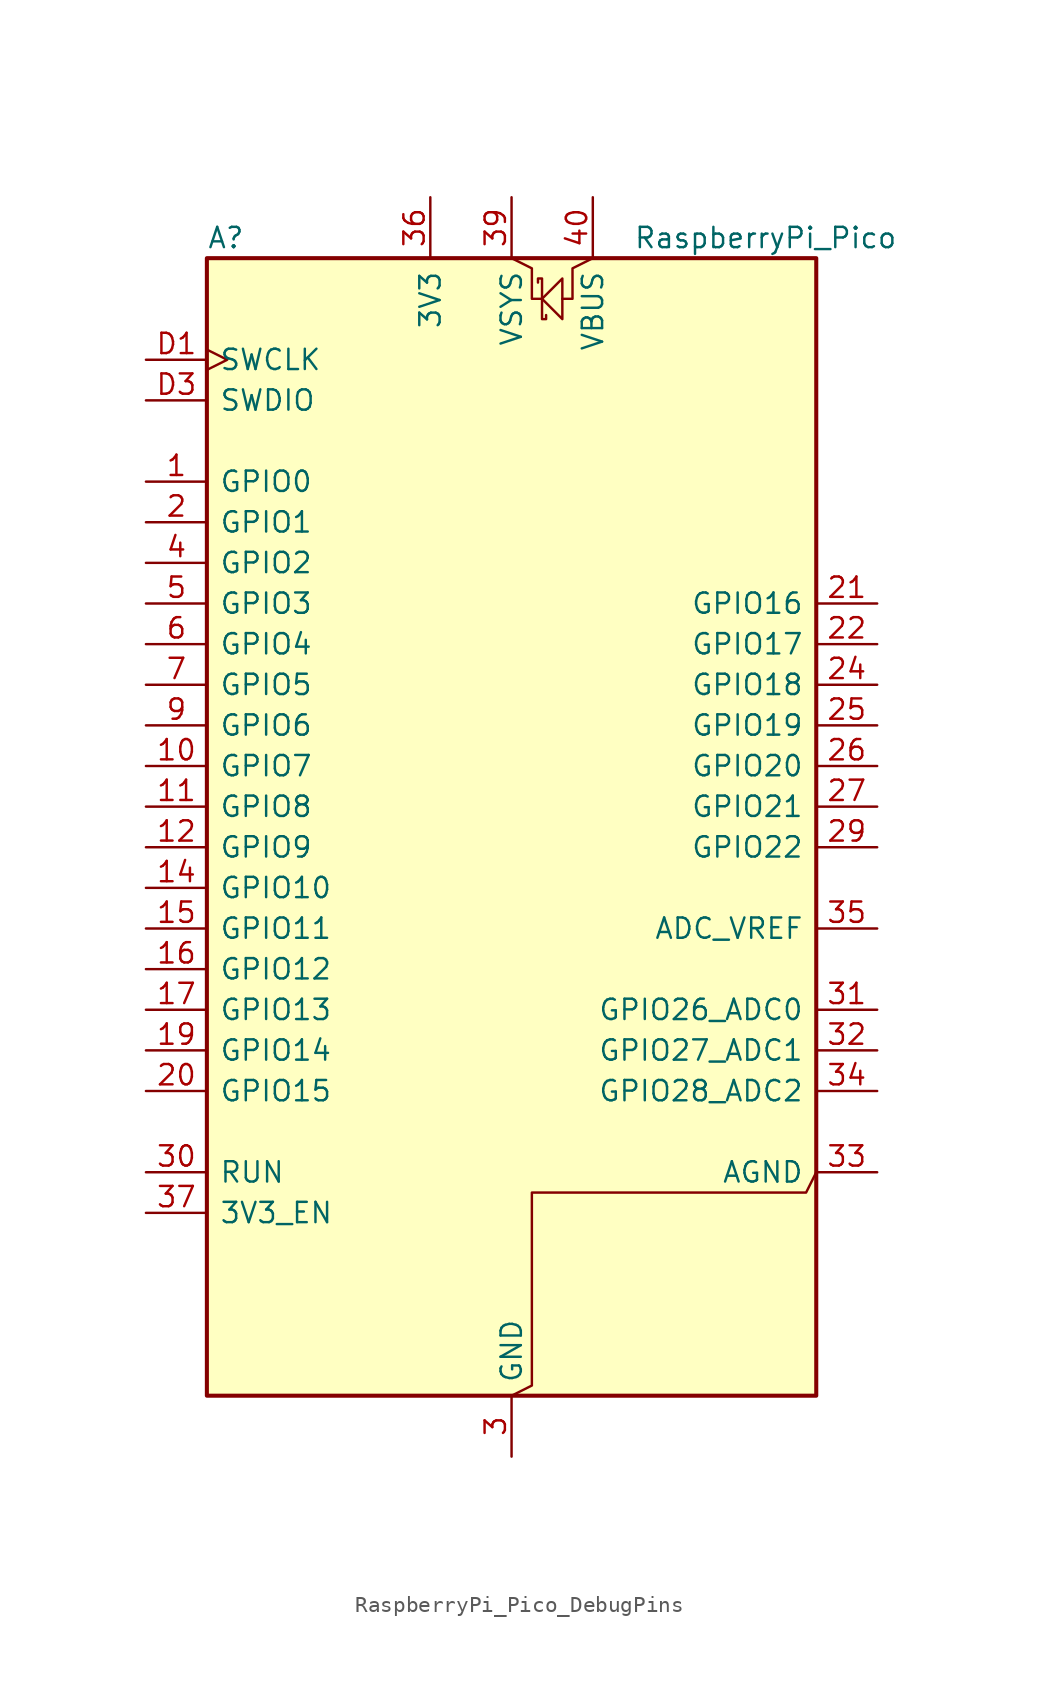
<source format=kicad_sym>
(kicad_symbol_lib
  (version 20231120)
  (generator "kicad_symbol_editor")
  (generator_version "8.0")
  (symbol "RaspberryPi_Pico_DebugPins"
    (pin_names
      (offset 0.762))
    (property "Reference" "A"
      (at -19.05 38.1 0)
      (effects (font (size 1.27 1.27)) (justify left)))
    (property "Value" "RaspberryPi_Pico"
      (at 7.62 38.1 0)
      (effects (font (size 1.27 1.27)) (justify left)))
    (symbol "RaspberryPi_Pico_DebugPins_0_1"
      (rectangle (start -19.05 36.83) (end 19.05 -34.29) (stroke (width 0.254) (type default)) (fill (type background)))
      (polyline (pts (xy 0 36.83) (xy 1.27 36.195) (xy 1.27 34.29) (xy 1.905 34.29)) (stroke (width 0) (type default)) (fill (type none)))
      (polyline (pts (xy 1.905 34.29) (xy 3.175 35.56) (xy 3.175 33.02) (xy 1.905 34.29)) (stroke (width 0) (type default)) (fill (type none)))
      (polyline (pts (xy 5.08 36.83) (xy 3.81 36.195) (xy 3.81 34.29) (xy 3.175 34.29)) (stroke (width 0) (type default)) (fill (type none)))
      (polyline (pts (xy 0 -34.29) (xy 1.27 -33.655) (xy 1.27 -21.59) (xy 18.415 -21.59) (xy 19.05 -20.32)) (stroke (width 0) (type default)) (fill (type none)))
      (polyline (pts (xy 1.651 35.306) (xy 1.651 35.56) (xy 1.905 35.56) (xy 1.905 33.02) (xy 2.159 33.02) (xy 2.159 33.274)) (stroke (width 0) (type default)) (fill (type none))))
    (symbol "RaspberryPi_Pico_DebugPins_1_1"
      (pin bidirectional line (at -22.86 22.86 0) (length 3.81) (name "GPIO0" (effects (font (size 1.27 1.27)))) (number "1" (effects (font (size 1.27 1.27)))) (alternate "I2C0_SDA" bidirectional line) (alternate "PWM0_A" output line) (alternate "SPI0_RX" input line) (alternate "UART0_TX" output line) (alternate "USB_OVCUR_DET" input line))
      (pin bidirectional line (at -22.86 5.08 0) (length 3.81) (name "GPIO7" (effects (font (size 1.27 1.27)))) (number "10" (effects (font (size 1.27 1.27)))) (alternate "I2C1_SCL" bidirectional clock) (alternate "PWM3_B" bidirectional line) (alternate "SPI0_TX" output line) (alternate "UART1_RTS" output line) (alternate "USB_VBUS_DET" input line))
      (pin bidirectional line (at -22.86 2.54 0) (length 3.81) (name "GPIO8" (effects (font (size 1.27 1.27)))) (number "11" (effects (font (size 1.27 1.27)))) (alternate "I2C0_SDA" bidirectional line) (alternate "PWM4_A" output line) (alternate "SPI1_RX" input line) (alternate "UART1_TX" output line) (alternate "USB_VBUS_EN" output line))
      (pin bidirectional line (at -22.86 0 0) (length 3.81) (name "GPIO9" (effects (font (size 1.27 1.27)))) (number "12" (effects (font (size 1.27 1.27)))) (alternate "I2C0_SCL" bidirectional clock) (alternate "PWM4_B" bidirectional line) (alternate "UART1_RX" input line) (alternate "USB_OVCUR_DET" input line) (alternate "~{SPI1_CSn}" bidirectional line))
      (pin passive line (at 0 -38.1 90) (length 3.81) hide (name "GND" (effects (font (size 1.27 1.27)))) (number "13" (effects (font (size 1.27 1.27)))))
      (pin bidirectional line (at -22.86 -2.54 0) (length 3.81) (name "GPIO10" (effects (font (size 1.27 1.27)))) (number "14" (effects (font (size 1.27 1.27)))) (alternate "I2C1_SDA" bidirectional line) (alternate "PWM5_A" output line) (alternate "SPI1_SCK" bidirectional clock) (alternate "UART1_CTS" input line) (alternate "USB_VBUS_DET" input line))
      (pin bidirectional line (at -22.86 -5.08 0) (length 3.81) (name "GPIO11" (effects (font (size 1.27 1.27)))) (number "15" (effects (font (size 1.27 1.27)))) (alternate "I2C1_SCL" bidirectional clock) (alternate "PWM5_B" bidirectional line) (alternate "SPI1_TX" output line) (alternate "UART1_RTS" output line) (alternate "USB_VBUS_EN" output line))
      (pin bidirectional line (at -22.86 -7.62 0) (length 3.81) (name "GPIO12" (effects (font (size 1.27 1.27)))) (number "16" (effects (font (size 1.27 1.27)))) (alternate "I2C0_SDA" bidirectional line) (alternate "PWM6_A" output line) (alternate "SPI1_RX" input line) (alternate "UART0_TX" output line) (alternate "USB_OVCUR_DET" input line))
      (pin bidirectional line (at -22.86 -10.16 0) (length 3.81) (name "GPIO13" (effects (font (size 1.27 1.27)))) (number "17" (effects (font (size 1.27 1.27)))) (alternate "I2C0_SCL" bidirectional clock) (alternate "PWM6_B" bidirectional line) (alternate "UART0_RX" input line) (alternate "USB_VBUS_DET" input line) (alternate "~{SPI1_CSn}" bidirectional line))
      (pin passive line (at 0 -38.1 90) (length 3.81) hide (name "GND" (effects (font (size 1.27 1.27)))) (number "18" (effects (font (size 1.27 1.27)))))
      (pin bidirectional line (at -22.86 -12.7 0) (length 3.81) (name "GPIO14" (effects (font (size 1.27 1.27)))) (number "19" (effects (font (size 1.27 1.27)))) (alternate "I2C1_SDA" bidirectional line) (alternate "PWM7_A" output line) (alternate "SPI1_SCK" bidirectional clock) (alternate "UART0_CTS" input line) (alternate "USB_VBUS_EN" output line))
      (pin bidirectional line (at -22.86 20.32 0) (length 3.81) (name "GPIO1" (effects (font (size 1.27 1.27)))) (number "2" (effects (font (size 1.27 1.27)))) (alternate "I2C0_SCL" bidirectional clock) (alternate "PWM0_B" bidirectional line) (alternate "UART0_RX" input line) (alternate "USB_VBUS_DET" passive line) (alternate "~{SPI0_CSn}" bidirectional line))
      (pin bidirectional line (at -22.86 -15.24 0) (length 3.81) (name "GPIO15" (effects (font (size 1.27 1.27)))) (number "20" (effects (font (size 1.27 1.27)))) (alternate "I2C1_SCL" bidirectional clock) (alternate "PWM7_B" bidirectional line) (alternate "SPI1_TX" output line) (alternate "UART0_RTS" output line) (alternate "USB_OVCUR_DET" input line))
      (pin bidirectional line (at 22.86 15.24 180) (length 3.81) (name "GPIO16" (effects (font (size 1.27 1.27)))) (number "21" (effects (font (size 1.27 1.27)))) (alternate "I2C0_SDA" bidirectional line) (alternate "PWM0_A" output line) (alternate "SPI0_RX" input line) (alternate "UART0_TX" output line) (alternate "USB_VBUS_DET" input line))
      (pin bidirectional line (at 22.86 12.7 180) (length 3.81) (name "GPIO17" (effects (font (size 1.27 1.27)))) (number "22" (effects (font (size 1.27 1.27)))) (alternate "I2C0_SCL" bidirectional clock) (alternate "PWM0_B" bidirectional line) (alternate "UART0_RX" input line) (alternate "USB_VBUS_EN" output line) (alternate "~{SPI0_CSn}" bidirectional line))
      (pin passive line (at 0 -38.1 90) (length 3.81) hide (name "GND" (effects (font (size 1.27 1.27)))) (number "23" (effects (font (size 1.27 1.27)))))
      (pin bidirectional line (at 22.86 10.16 180) (length 3.81) (name "GPIO18" (effects (font (size 1.27 1.27)))) (number "24" (effects (font (size 1.27 1.27)))) (alternate "I2C1_SDA" bidirectional line) (alternate "PWM1_A" output line) (alternate "SPI0_SCK" bidirectional clock) (alternate "UART0_CTS" input line) (alternate "USB_OVCUR_DET" input line))
      (pin bidirectional line (at 22.86 7.62 180) (length 3.81) (name "GPIO19" (effects (font (size 1.27 1.27)))) (number "25" (effects (font (size 1.27 1.27)))) (alternate "I2C1_SCL" bidirectional clock) (alternate "PWM1_B" bidirectional line) (alternate "SPI0_TX" output line) (alternate "UART0_RTS" output line) (alternate "USB_VBUS_DET" input line))
      (pin bidirectional line (at 22.86 5.08 180) (length 3.81) (name "GPIO20" (effects (font (size 1.27 1.27)))) (number "26" (effects (font (size 1.27 1.27)))) (alternate "CLOCK_GPIN0" input clock) (alternate "I2C0_SDA" bidirectional line) (alternate "PWM2_A" output line) (alternate "SPI0_RX" input line) (alternate "UART1_TX" output line) (alternate "USB_VBUS_EN" output line))
      (pin bidirectional line (at 22.86 2.54 180) (length 3.81) (name "GPIO21" (effects (font (size 1.27 1.27)))) (number "27" (effects (font (size 1.27 1.27)))) (alternate "CLOCK_GPOUT0" output clock) (alternate "I2C0_SCL" bidirectional clock) (alternate "PWM2_B" bidirectional line) (alternate "UART1_RX" input line) (alternate "USB_OVCUR_DET" input line) (alternate "~{SPI0_CSn}" bidirectional line))
      (pin passive line (at 0 -38.1 90) (length 3.81) hide (name "GND" (effects (font (size 1.27 1.27)))) (number "28" (effects (font (size 1.27 1.27)))))
      (pin bidirectional line (at 22.86 0 180) (length 3.81) (name "GPIO22" (effects (font (size 1.27 1.27)))) (number "29" (effects (font (size 1.27 1.27)))) (alternate "CLOCK_GPIN1" input clock) (alternate "I2C1_SDA" bidirectional line) (alternate "PWM3_A" output line) (alternate "SPI0_SCK" bidirectional clock) (alternate "UART1_CTS" input line) (alternate "USB_VBUS_DET" input line))
      (pin power_out line (at 0 -38.1 90) (length 3.81) (name "GND" (effects (font (size 1.27 1.27)))) (number "3" (effects (font (size 1.27 1.27)))) (alternate "GND_IN" power_in line))
      (pin input line (at -22.86 -20.32 0) (length 3.81) (name "RUN" (effects (font (size 1.27 1.27)))) (number "30" (effects (font (size 1.27 1.27)))) (alternate "~{RESET}" input line))
      (pin bidirectional line (at 22.86 -10.16 180) (length 3.81) (name "GPIO26_ADC0" (effects (font (size 1.27 1.27)))) (number "31" (effects (font (size 1.27 1.27)))) (alternate "ADC0" input line) (alternate "GPIO26" bidirectional line) (alternate "I2C1_SDA" bidirectional line) (alternate "PWM5_A" output line) (alternate "SPI1_SCK" bidirectional clock) (alternate "UART1_CTS" input line) (alternate "USB_VBUS_EN" output line))
      (pin bidirectional line (at 22.86 -12.7 180) (length 3.81) (name "GPIO27_ADC1" (effects (font (size 1.27 1.27)))) (number "32" (effects (font (size 1.27 1.27)))) (alternate "ADC1" input line) (alternate "GPIO27" bidirectional line) (alternate "I2C1_SCL" bidirectional clock) (alternate "PWM5_B" bidirectional line) (alternate "SPI1_TX" output line) (alternate "UART1_RTS" output line) (alternate "USB_OVCUR_DET" input line))
      (pin power_out line (at 22.86 -20.32 180) (length 3.81) (name "AGND" (effects (font (size 1.27 1.27)))) (number "33" (effects (font (size 1.27 1.27)))) (alternate "GND" passive line))
      (pin bidirectional line (at 22.86 -15.24 180) (length 3.81) (name "GPIO28_ADC2" (effects (font (size 1.27 1.27)))) (number "34" (effects (font (size 1.27 1.27)))) (alternate "ADC2" input line) (alternate "GPIO28" bidirectional line) (alternate "I2C0_SDA" bidirectional line) (alternate "PWM6_A" output line) (alternate "SPI1_RX" input line) (alternate "UART0_TX" output line) (alternate "USB_VBUS_DET" input line))
      (pin power_in line (at 22.86 -5.08 180) (length 3.81) (name "ADC_VREF" (effects (font (size 1.27 1.27)))) (number "35" (effects (font (size 1.27 1.27)))))
      (pin power_out line (at -5.08 40.64 270) (length 3.81) (name "3V3" (effects (font (size 1.27 1.27)))) (number "36" (effects (font (size 1.27 1.27)))))
      (pin input line (at -22.86 -22.86 0) (length 3.81) (name "3V3_EN" (effects (font (size 1.27 1.27)))) (number "37" (effects (font (size 1.27 1.27)))) (alternate "~{3V3_DISABLE}" input line))
      (pin passive line (at 0 -38.1 90) (length 3.81) hide (name "GND" (effects (font (size 1.27 1.27)))) (number "38" (effects (font (size 1.27 1.27)))))
      (pin power_in line (at 0 40.64 270) (length 3.81) (name "VSYS" (effects (font (size 1.27 1.27)))) (number "39" (effects (font (size 1.27 1.27)))) (alternate "VSYS_IN" power_in line) (alternate "VSYS_OUT" power_out line))
      (pin bidirectional line (at -22.86 17.78 0) (length 3.81) (name "GPIO2" (effects (font (size 1.27 1.27)))) (number "4" (effects (font (size 1.27 1.27)))) (alternate "I2C1_SDA" bidirectional line) (alternate "PWM1_A" output line) (alternate "SPI0_SCK" bidirectional clock) (alternate "UART0_CTS" input line) (alternate "USB_VBUS_DET" input line))
      (pin power_out line (at 5.08 40.64 270) (length 3.81) (name "VBUS" (effects (font (size 1.27 1.27)))) (number "40" (effects (font (size 1.27 1.27)))) (alternate "VBUS_HOST" power_in line))
      (pin bidirectional line (at -22.86 15.24 0) (length 3.81) (name "GPIO3" (effects (font (size 1.27 1.27)))) (number "5" (effects (font (size 1.27 1.27)))) (alternate "I2C1_SCL" bidirectional clock) (alternate "PWM1_B" bidirectional line) (alternate "SPI0_TX" output line) (alternate "UART0_RTS" output line) (alternate "USB_OVCUR_DET" input line))
      (pin bidirectional line (at -22.86 12.7 0) (length 3.81) (name "GPIO4" (effects (font (size 1.27 1.27)))) (number "6" (effects (font (size 1.27 1.27)))) (alternate "I2C0_SDA" bidirectional line) (alternate "PWM2_A" output line) (alternate "SPI0_RX" input line) (alternate "UART1_TX" output line) (alternate "USB_VBUS_DET" input line))
      (pin bidirectional line (at -22.86 10.16 0) (length 3.81) (name "GPIO5" (effects (font (size 1.27 1.27)))) (number "7" (effects (font (size 1.27 1.27)))) (alternate "I2C0_SCL" bidirectional clock) (alternate "PWM2_B" bidirectional line) (alternate "UART1_RX" input line) (alternate "USB_VBUS_EN" output line) (alternate "~{SPI0_CSn}" bidirectional line))
      (pin passive line (at 0 -38.1 90) (length 3.81) hide (name "GND" (effects (font (size 1.27 1.27)))) (number "8" (effects (font (size 1.27 1.27)))))
      (pin bidirectional line (at -22.86 7.62 0) (length 3.81) (name "GPIO6" (effects (font (size 1.27 1.27)))) (number "9" (effects (font (size 1.27 1.27)))) (alternate "I2C1_SDA" bidirectional line) (alternate "PWM3_A" output line) (alternate "SPI0_SCK" bidirectional clock) (alternate "UART1_CTS" input line) (alternate "USB_OVCUR_DET" input line))
      (pin input clock (at -22.86 30.48 0) (length 3.81) (name "SWCLK" (effects (font (size 1.27 1.27)))) (number "D1" (effects (font (size 1.27 1.27)))))
      (pin passive line (at 0 -38.1 90) (length 3.81) hide (name "GND" (effects (font (size 1.27 1.27)))) (number "D2" (effects (font (size 1.27 1.27)))))
      (pin bidirectional line (at -22.86 27.94 0) (length 3.81) (name "SWDIO" (effects (font (size 1.27 1.27)))) (number "D3" (effects (font (size 1.27 1.27))))))))
</source>
